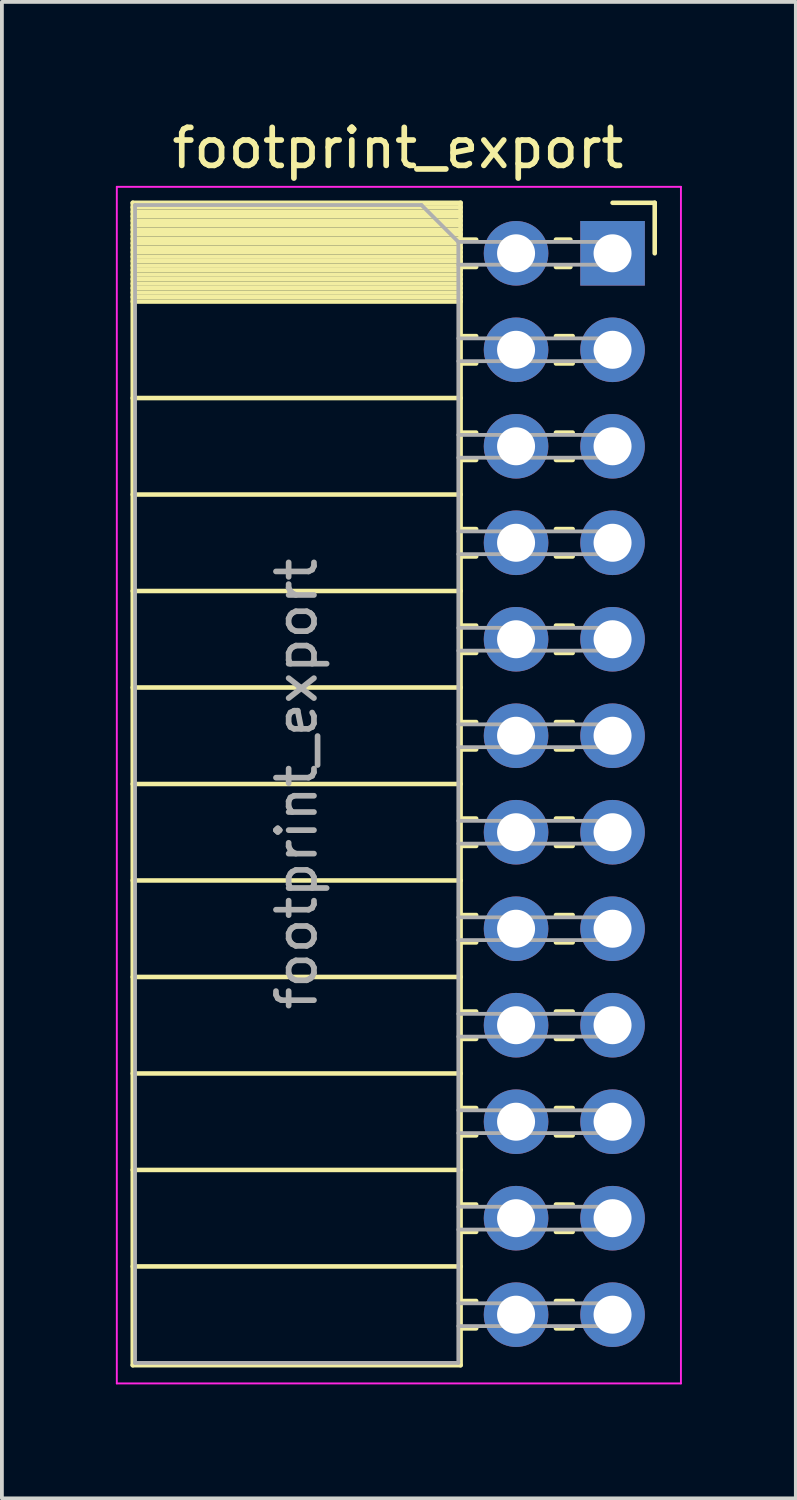
<source format=kicad_pcb>
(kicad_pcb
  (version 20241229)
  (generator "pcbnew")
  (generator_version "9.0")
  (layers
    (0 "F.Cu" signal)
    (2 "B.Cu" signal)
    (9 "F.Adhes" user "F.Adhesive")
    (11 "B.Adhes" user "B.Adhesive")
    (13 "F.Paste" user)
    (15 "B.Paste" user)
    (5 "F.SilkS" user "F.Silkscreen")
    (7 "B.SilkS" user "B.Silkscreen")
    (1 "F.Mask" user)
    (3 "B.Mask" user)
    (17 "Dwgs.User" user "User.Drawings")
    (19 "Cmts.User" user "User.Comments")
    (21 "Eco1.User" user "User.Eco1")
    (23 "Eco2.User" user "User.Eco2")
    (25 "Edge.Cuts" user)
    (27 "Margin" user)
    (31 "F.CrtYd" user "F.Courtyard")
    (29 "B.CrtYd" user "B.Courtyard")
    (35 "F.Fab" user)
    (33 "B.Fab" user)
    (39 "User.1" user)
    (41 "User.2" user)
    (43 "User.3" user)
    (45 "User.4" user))
  (footprint "footprint_export"
    (layer "F.Cu")
    (at 13.075 3.618)
    (property "Reference" "footprint_export" (at -5.65 -2.77 0) (layer "F.SilkS") (effects (font (size 1 1) (thickness 0.15))))
    (attr through_hole)
    (fp_line (start -12.63 -1.33) (end -12.63 29.27) (stroke (width 0.12) (type solid)) (layer "F.SilkS"))
    (fp_line (start -12.63 -1.33) (end -4 -1.33) (stroke (width 0.12) (type solid)) (layer "F.SilkS"))
    (fp_line (start -12.63 -1.21) (end -4 -1.21) (stroke (width 0.12) (type solid)) (layer "F.SilkS"))
    (fp_line (start -12.63 -1.092) (end -4 -1.092) (stroke (width 0.12) (type solid)) (layer "F.SilkS"))
    (fp_line (start -12.63 -0.974) (end -4 -0.974) (stroke (width 0.12) (type solid)) (layer "F.SilkS"))
    (fp_line (start -12.63 -0.856) (end -4 -0.856) (stroke (width 0.12) (type solid)) (layer "F.SilkS"))
    (fp_line (start -12.63 -0.738) (end -4 -0.738) (stroke (width 0.12) (type solid)) (layer "F.SilkS"))
    (fp_line (start -12.63 -0.62) (end -4 -0.62) (stroke (width 0.12) (type solid)) (layer "F.SilkS"))
    (fp_line (start -12.63 -0.501) (end -4 -0.501) (stroke (width 0.12) (type solid)) (layer "F.SilkS"))
    (fp_line (start -12.63 -0.383) (end -4 -0.383) (stroke (width 0.12) (type solid)) (layer "F.SilkS"))
    (fp_line (start -12.63 -0.265) (end -4 -0.265) (stroke (width 0.12) (type solid)) (layer "F.SilkS"))
    (fp_line (start -12.63 -0.147) (end -4 -0.147) (stroke (width 0.12) (type solid)) (layer "F.SilkS"))
    (fp_line (start -12.63 -0.029) (end -4 -0.029) (stroke (width 0.12) (type solid)) (layer "F.SilkS"))
    (fp_line (start -12.63 0.089) (end -4 0.089) (stroke (width 0.12) (type solid)) (layer "F.SilkS"))
    (fp_line (start -12.63 0.207) (end -4 0.207) (stroke (width 0.12) (type solid)) (layer "F.SilkS"))
    (fp_line (start -12.63 0.325) (end -4 0.325) (stroke (width 0.12) (type solid)) (layer "F.SilkS"))
    (fp_line (start -12.63 0.443) (end -4 0.443) (stroke (width 0.12) (type solid)) (layer "F.SilkS"))
    (fp_line (start -12.63 0.561) (end -4 0.561) (stroke (width 0.12) (type solid)) (layer "F.SilkS"))
    (fp_line (start -12.63 0.68) (end -4 0.68) (stroke (width 0.12) (type solid)) (layer "F.SilkS"))
    (fp_line (start -12.63 0.798) (end -4 0.798) (stroke (width 0.12) (type solid)) (layer "F.SilkS"))
    (fp_line (start -12.63 0.916) (end -4 0.916) (stroke (width 0.12) (type solid)) (layer "F.SilkS"))
    (fp_line (start -12.63 1.034) (end -4 1.034) (stroke (width 0.12) (type solid)) (layer "F.SilkS"))
    (fp_line (start -12.63 1.152) (end -4 1.152) (stroke (width 0.12) (type solid)) (layer "F.SilkS"))
    (fp_line (start -12.63 1.27) (end -4 1.27) (stroke (width 0.12) (type solid)) (layer "F.SilkS"))
    (fp_line (start -12.63 3.81) (end -4 3.81) (stroke (width 0.12) (type solid)) (layer "F.SilkS"))
    (fp_line (start -12.63 6.35) (end -4 6.35) (stroke (width 0.12) (type solid)) (layer "F.SilkS"))
    (fp_line (start -12.63 8.89) (end -4 8.89) (stroke (width 0.12) (type solid)) (layer "F.SilkS"))
    (fp_line (start -12.63 11.43) (end -4 11.43) (stroke (width 0.12) (type solid)) (layer "F.SilkS"))
    (fp_line (start -12.63 13.97) (end -4 13.97) (stroke (width 0.12) (type solid)) (layer "F.SilkS"))
    (fp_line (start -12.63 16.51) (end -4 16.51) (stroke (width 0.12) (type solid)) (layer "F.SilkS"))
    (fp_line (start -12.63 19.05) (end -4 19.05) (stroke (width 0.12) (type solid)) (layer "F.SilkS"))
    (fp_line (start -12.63 21.59) (end -4 21.59) (stroke (width 0.12) (type solid)) (layer "F.SilkS"))
    (fp_line (start -12.63 24.13) (end -4 24.13) (stroke (width 0.12) (type solid)) (layer "F.SilkS"))
    (fp_line (start -12.63 26.67) (end -4 26.67) (stroke (width 0.12) (type solid)) (layer "F.SilkS"))
    (fp_line (start -12.63 29.27) (end -4 29.27) (stroke (width 0.12) (type solid)) (layer "F.SilkS"))
    (fp_line (start -4 -1.33) (end -4 29.27) (stroke (width 0.12) (type solid)) (layer "F.SilkS"))
    (fp_line (start -4 -0.36) (end -3.59 -0.36) (stroke (width 0.12) (type solid)) (layer "F.SilkS"))
    (fp_line (start -4 0.36) (end -3.59 0.36) (stroke (width 0.12) (type solid)) (layer "F.SilkS"))
    (fp_line (start -4 2.18) (end -3.59 2.18) (stroke (width 0.12) (type solid)) (layer "F.SilkS"))
    (fp_line (start -4 2.9) (end -3.59 2.9) (stroke (width 0.12) (type solid)) (layer "F.SilkS"))
    (fp_line (start -4 4.72) (end -3.59 4.72) (stroke (width 0.12) (type solid)) (layer "F.SilkS"))
    (fp_line (start -4 5.44) (end -3.59 5.44) (stroke (width 0.12) (type solid)) (layer "F.SilkS"))
    (fp_line (start -4 7.26) (end -3.59 7.26) (stroke (width 0.12) (type solid)) (layer "F.SilkS"))
    (fp_line (start -4 7.98) (end -3.59 7.98) (stroke (width 0.12) (type solid)) (layer "F.SilkS"))
    (fp_line (start -4 9.8) (end -3.59 9.8) (stroke (width 0.12) (type solid)) (layer "F.SilkS"))
    (fp_line (start -4 10.52) (end -3.59 10.52) (stroke (width 0.12) (type solid)) (layer "F.SilkS"))
    (fp_line (start -4 12.34) (end -3.59 12.34) (stroke (width 0.12) (type solid)) (layer "F.SilkS"))
    (fp_line (start -4 13.06) (end -3.59 13.06) (stroke (width 0.12) (type solid)) (layer "F.SilkS"))
    (fp_line (start -4 14.88) (end -3.59 14.88) (stroke (width 0.12) (type solid)) (layer "F.SilkS"))
    (fp_line (start -4 15.6) (end -3.59 15.6) (stroke (width 0.12) (type solid)) (layer "F.SilkS"))
    (fp_line (start -4 17.42) (end -3.59 17.42) (stroke (width 0.12) (type solid)) (layer "F.SilkS"))
    (fp_line (start -4 18.14) (end -3.59 18.14) (stroke (width 0.12) (type solid)) (layer "F.SilkS"))
    (fp_line (start -4 19.96) (end -3.59 19.96) (stroke (width 0.12) (type solid)) (layer "F.SilkS"))
    (fp_line (start -4 20.68) (end -3.59 20.68) (stroke (width 0.12) (type solid)) (layer "F.SilkS"))
    (fp_line (start -4 22.5) (end -3.59 22.5) (stroke (width 0.12) (type solid)) (layer "F.SilkS"))
    (fp_line (start -4 23.22) (end -3.59 23.22) (stroke (width 0.12) (type solid)) (layer "F.SilkS"))
    (fp_line (start -4 25.04) (end -3.59 25.04) (stroke (width 0.12) (type solid)) (layer "F.SilkS"))
    (fp_line (start -4 25.76) (end -3.59 25.76) (stroke (width 0.12) (type solid)) (layer "F.SilkS"))
    (fp_line (start -4 27.58) (end -3.59 27.58) (stroke (width 0.12) (type solid)) (layer "F.SilkS"))
    (fp_line (start -4 28.3) (end -3.59 28.3) (stroke (width 0.12) (type solid)) (layer "F.SilkS"))
    (fp_line (start -1.49 -0.36) (end -1.11 -0.36) (stroke (width 0.12) (type solid)) (layer "F.SilkS"))
    (fp_line (start -1.49 0.36) (end -1.11 0.36) (stroke (width 0.12) (type solid)) (layer "F.SilkS"))
    (fp_line (start -1.49 2.18) (end -1.05 2.18) (stroke (width 0.12) (type solid)) (layer "F.SilkS"))
    (fp_line (start -1.49 2.9) (end -1.05 2.9) (stroke (width 0.12) (type solid)) (layer "F.SilkS"))
    (fp_line (start -1.49 4.72) (end -1.05 4.72) (stroke (width 0.12) (type solid)) (layer "F.SilkS"))
    (fp_line (start -1.49 5.44) (end -1.05 5.44) (stroke (width 0.12) (type solid)) (layer "F.SilkS"))
    (fp_line (start -1.49 7.26) (end -1.05 7.26) (stroke (width 0.12) (type solid)) (layer "F.SilkS"))
    (fp_line (start -1.49 7.98) (end -1.05 7.98) (stroke (width 0.12) (type solid)) (layer "F.SilkS"))
    (fp_line (start -1.49 9.8) (end -1.05 9.8) (stroke (width 0.12) (type solid)) (layer "F.SilkS"))
    (fp_line (start -1.49 10.52) (end -1.05 10.52) (stroke (width 0.12) (type solid)) (layer "F.SilkS"))
    (fp_line (start -1.49 12.34) (end -1.05 12.34) (stroke (width 0.12) (type solid)) (layer "F.SilkS"))
    (fp_line (start -1.49 13.06) (end -1.05 13.06) (stroke (width 0.12) (type solid)) (layer "F.SilkS"))
    (fp_line (start -1.49 14.88) (end -1.05 14.88) (stroke (width 0.12) (type solid)) (layer "F.SilkS"))
    (fp_line (start -1.49 15.6) (end -1.05 15.6) (stroke (width 0.12) (type solid)) (layer "F.SilkS"))
    (fp_line (start -1.49 17.42) (end -1.05 17.42) (stroke (width 0.12) (type solid)) (layer "F.SilkS"))
    (fp_line (start -1.49 18.14) (end -1.05 18.14) (stroke (width 0.12) (type solid)) (layer "F.SilkS"))
    (fp_line (start -1.49 19.96) (end -1.05 19.96) (stroke (width 0.12) (type solid)) (layer "F.SilkS"))
    (fp_line (start -1.49 20.68) (end -1.05 20.68) (stroke (width 0.12) (type solid)) (layer "F.SilkS"))
    (fp_line (start -1.49 22.5) (end -1.05 22.5) (stroke (width 0.12) (type solid)) (layer "F.SilkS"))
    (fp_line (start -1.49 23.22) (end -1.05 23.22) (stroke (width 0.12) (type solid)) (layer "F.SilkS"))
    (fp_line (start -1.49 25.04) (end -1.05 25.04) (stroke (width 0.12) (type solid)) (layer "F.SilkS"))
    (fp_line (start -1.49 25.76) (end -1.05 25.76) (stroke (width 0.12) (type solid)) (layer "F.SilkS"))
    (fp_line (start -1.49 27.58) (end -1.05 27.58) (stroke (width 0.12) (type solid)) (layer "F.SilkS"))
    (fp_line (start -1.49 28.3) (end -1.05 28.3) (stroke (width 0.12) (type solid)) (layer "F.SilkS"))
    (fp_line (start 0 -1.33) (end 1.11 -1.33) (stroke (width 0.12) (type solid)) (layer "F.SilkS"))
    (fp_line (start 1.11 -1.33) (end 1.11 0) (stroke (width 0.12) (type solid)) (layer "F.SilkS"))
    (fp_line (start -13.05 -1.75) (end -13.05 29.75) (stroke (width 0.05) (type solid)) (layer "F.CrtYd"))
    (fp_line (start -13.05 29.75) (end 1.8 29.75) (stroke (width 0.05) (type solid)) (layer "F.CrtYd"))
    (fp_line (start 1.8 -1.75) (end -13.05 -1.75) (stroke (width 0.05) (type solid)) (layer "F.CrtYd"))
    (fp_line (start 1.8 29.75) (end 1.8 -1.75) (stroke (width 0.05) (type solid)) (layer "F.CrtYd"))
    (fp_line (start -12.57 -1.27) (end -5.03 -1.27) (stroke (width 0.1) (type solid)) (layer "F.Fab"))
    (fp_line (start -12.57 29.21) (end -12.57 -1.27) (stroke (width 0.1) (type solid)) (layer "F.Fab"))
    (fp_line (start -5.03 -1.27) (end -4.06 -0.3) (stroke (width 0.1) (type solid)) (layer "F.Fab"))
    (fp_line (start -4.06 -0.3) (end -4.06 29.21) (stroke (width 0.1) (type solid)) (layer "F.Fab"))
    (fp_line (start -4.06 0.3) (end 0 0.3) (stroke (width 0.1) (type solid)) (layer "F.Fab"))
    (fp_line (start -4.06 2.84) (end 0 2.84) (stroke (width 0.1) (type solid)) (layer "F.Fab"))
    (fp_line (start -4.06 5.38) (end 0 5.38) (stroke (width 0.1) (type solid)) (layer "F.Fab"))
    (fp_line (start -4.06 7.92) (end 0 7.92) (stroke (width 0.1) (type solid)) (layer "F.Fab"))
    (fp_line (start -4.06 10.46) (end 0 10.46) (stroke (width 0.1) (type solid)) (layer "F.Fab"))
    (fp_line (start -4.06 13) (end 0 13) (stroke (width 0.1) (type solid)) (layer "F.Fab"))
    (fp_line (start -4.06 15.54) (end 0 15.54) (stroke (width 0.1) (type solid)) (layer "F.Fab"))
    (fp_line (start -4.06 18.08) (end 0 18.08) (stroke (width 0.1) (type solid)) (layer "F.Fab"))
    (fp_line (start -4.06 20.62) (end 0 20.62) (stroke (width 0.1) (type solid)) (layer "F.Fab"))
    (fp_line (start -4.06 23.16) (end 0 23.16) (stroke (width 0.1) (type solid)) (layer "F.Fab"))
    (fp_line (start -4.06 25.7) (end 0 25.7) (stroke (width 0.1) (type solid)) (layer "F.Fab"))
    (fp_line (start -4.06 28.24) (end 0 28.24) (stroke (width 0.1) (type solid)) (layer "F.Fab"))
    (fp_line (start -4.06 29.21) (end -12.57 29.21) (stroke (width 0.1) (type solid)) (layer "F.Fab"))
    (fp_line (start 0 -0.3) (end -4.06 -0.3) (stroke (width 0.1) (type solid)) (layer "F.Fab"))
    (fp_line (start 0 0.3) (end 0 -0.3) (stroke (width 0.1) (type solid)) (layer "F.Fab"))
    (fp_line (start 0 2.24) (end -4.06 2.24) (stroke (width 0.1) (type solid)) (layer "F.Fab"))
    (fp_line (start 0 2.84) (end 0 2.24) (stroke (width 0.1) (type solid)) (layer "F.Fab"))
    (fp_line (start 0 4.78) (end -4.06 4.78) (stroke (width 0.1) (type solid)) (layer "F.Fab"))
    (fp_line (start 0 5.38) (end 0 4.78) (stroke (width 0.1) (type solid)) (layer "F.Fab"))
    (fp_line (start 0 7.32) (end -4.06 7.32) (stroke (width 0.1) (type solid)) (layer "F.Fab"))
    (fp_line (start 0 7.92) (end 0 7.32) (stroke (width 0.1) (type solid)) (layer "F.Fab"))
    (fp_line (start 0 9.86) (end -4.06 9.86) (stroke (width 0.1) (type solid)) (layer "F.Fab"))
    (fp_line (start 0 10.46) (end 0 9.86) (stroke (width 0.1) (type solid)) (layer "F.Fab"))
    (fp_line (start 0 12.4) (end -4.06 12.4) (stroke (width 0.1) (type solid)) (layer "F.Fab"))
    (fp_line (start 0 13) (end 0 12.4) (stroke (width 0.1) (type solid)) (layer "F.Fab"))
    (fp_line (start 0 14.94) (end -4.06 14.94) (stroke (width 0.1) (type solid)) (layer "F.Fab"))
    (fp_line (start 0 15.54) (end 0 14.94) (stroke (width 0.1) (type solid)) (layer "F.Fab"))
    (fp_line (start 0 17.48) (end -4.06 17.48) (stroke (width 0.1) (type solid)) (layer "F.Fab"))
    (fp_line (start 0 18.08) (end 0 17.48) (stroke (width 0.1) (type solid)) (layer "F.Fab"))
    (fp_line (start 0 20.02) (end -4.06 20.02) (stroke (width 0.1) (type solid)) (layer "F.Fab"))
    (fp_line (start 0 20.62) (end 0 20.02) (stroke (width 0.1) (type solid)) (layer "F.Fab"))
    (fp_line (start 0 22.56) (end -4.06 22.56) (stroke (width 0.1) (type solid)) (layer "F.Fab"))
    (fp_line (start 0 23.16) (end 0 22.56) (stroke (width 0.1) (type solid)) (layer "F.Fab"))
    (fp_line (start 0 25.1) (end -4.06 25.1) (stroke (width 0.1) (type solid)) (layer "F.Fab"))
    (fp_line (start 0 25.7) (end 0 25.1) (stroke (width 0.1) (type solid)) (layer "F.Fab"))
    (fp_line (start 0 27.64) (end -4.06 27.64) (stroke (width 0.1) (type solid)) (layer "F.Fab"))
    (fp_line (start 0 28.24) (end 0 27.64) (stroke (width 0.1) (type solid)) (layer "F.Fab"))
    (fp_text user "${REFERENCE}" (at -8.315 13.97 90) (layer "F.Fab") (effects (font (size 1 1) (thickness 0.15))))
    (pad "1" thru_hole rect (at 0 0) (size 1.7 1.7) (drill 1) (layers "*.Cu" "*.Mask"))
    (pad "2" thru_hole oval (at -2.54 0) (size 1.7 1.7) (drill 1) (layers "*.Cu" "*.Mask"))
    (pad "3" thru_hole oval (at 0 2.54) (size 1.7 1.7) (drill 1) (layers "*.Cu" "*.Mask"))
    (pad "4" thru_hole oval (at -2.54 2.54) (size 1.7 1.7) (drill 1) (layers "*.Cu" "*.Mask"))
    (pad "5" thru_hole oval (at 0 5.08) (size 1.7 1.7) (drill 1) (layers "*.Cu" "*.Mask"))
    (pad "6" thru_hole oval (at -2.54 5.08) (size 1.7 1.7) (drill 1) (layers "*.Cu" "*.Mask"))
    (pad "7" thru_hole oval (at 0 7.62) (size 1.7 1.7) (drill 1) (layers "*.Cu" "*.Mask"))
    (pad "8" thru_hole oval (at -2.54 7.62) (size 1.7 1.7) (drill 1) (layers "*.Cu" "*.Mask"))
    (pad "9" thru_hole oval (at 0 10.16) (size 1.7 1.7) (drill 1) (layers "*.Cu" "*.Mask"))
    (pad "10" thru_hole oval (at -2.54 10.16) (size 1.7 1.7) (drill 1) (layers "*.Cu" "*.Mask"))
    (pad "11" thru_hole oval (at 0 12.7) (size 1.7 1.7) (drill 1) (layers "*.Cu" "*.Mask"))
    (pad "12" thru_hole oval (at -2.54 12.7) (size 1.7 1.7) (drill 1) (layers "*.Cu" "*.Mask"))
    (pad "13" thru_hole oval (at 0 15.24) (size 1.7 1.7) (drill 1) (layers "*.Cu" "*.Mask"))
    (pad "14" thru_hole oval (at -2.54 15.24) (size 1.7 1.7) (drill 1) (layers "*.Cu" "*.Mask"))
    (pad "15" thru_hole oval (at 0 17.78) (size 1.7 1.7) (drill 1) (layers "*.Cu" "*.Mask"))
    (pad "16" thru_hole oval (at -2.54 17.78) (size 1.7 1.7) (drill 1) (layers "*.Cu" "*.Mask"))
    (pad "17" thru_hole oval (at 0 20.32) (size 1.7 1.7) (drill 1) (layers "*.Cu" "*.Mask"))
    (pad "18" thru_hole oval (at -2.54 20.32) (size 1.7 1.7) (drill 1) (layers "*.Cu" "*.Mask"))
    (pad "19" thru_hole oval (at 0 22.86) (size 1.7 1.7) (drill 1) (layers "*.Cu" "*.Mask"))
    (pad "20" thru_hole oval (at -2.54 22.86) (size 1.7 1.7) (drill 1) (layers "*.Cu" "*.Mask"))
    (pad "21" thru_hole oval (at 0 25.4) (size 1.7 1.7) (drill 1) (layers "*.Cu" "*.Mask"))
    (pad "22" thru_hole oval (at -2.54 25.4) (size 1.7 1.7) (drill 1) (layers "*.Cu" "*.Mask"))
    (pad "23" thru_hole oval (at 0 27.94) (size 1.7 1.7) (drill 1) (layers "*.Cu" "*.Mask"))
    (pad "24" thru_hole oval (at -2.54 27.94) (size 1.7 1.7) (drill 1) (layers "*.Cu" "*.Mask")))
  (gr_rect
    (start -3 -3)
    (end 17.9 36.393)
    (stroke (width 0.1) (type default))
    (fill no)
    (layer "Edge.Cuts")))
</source>
